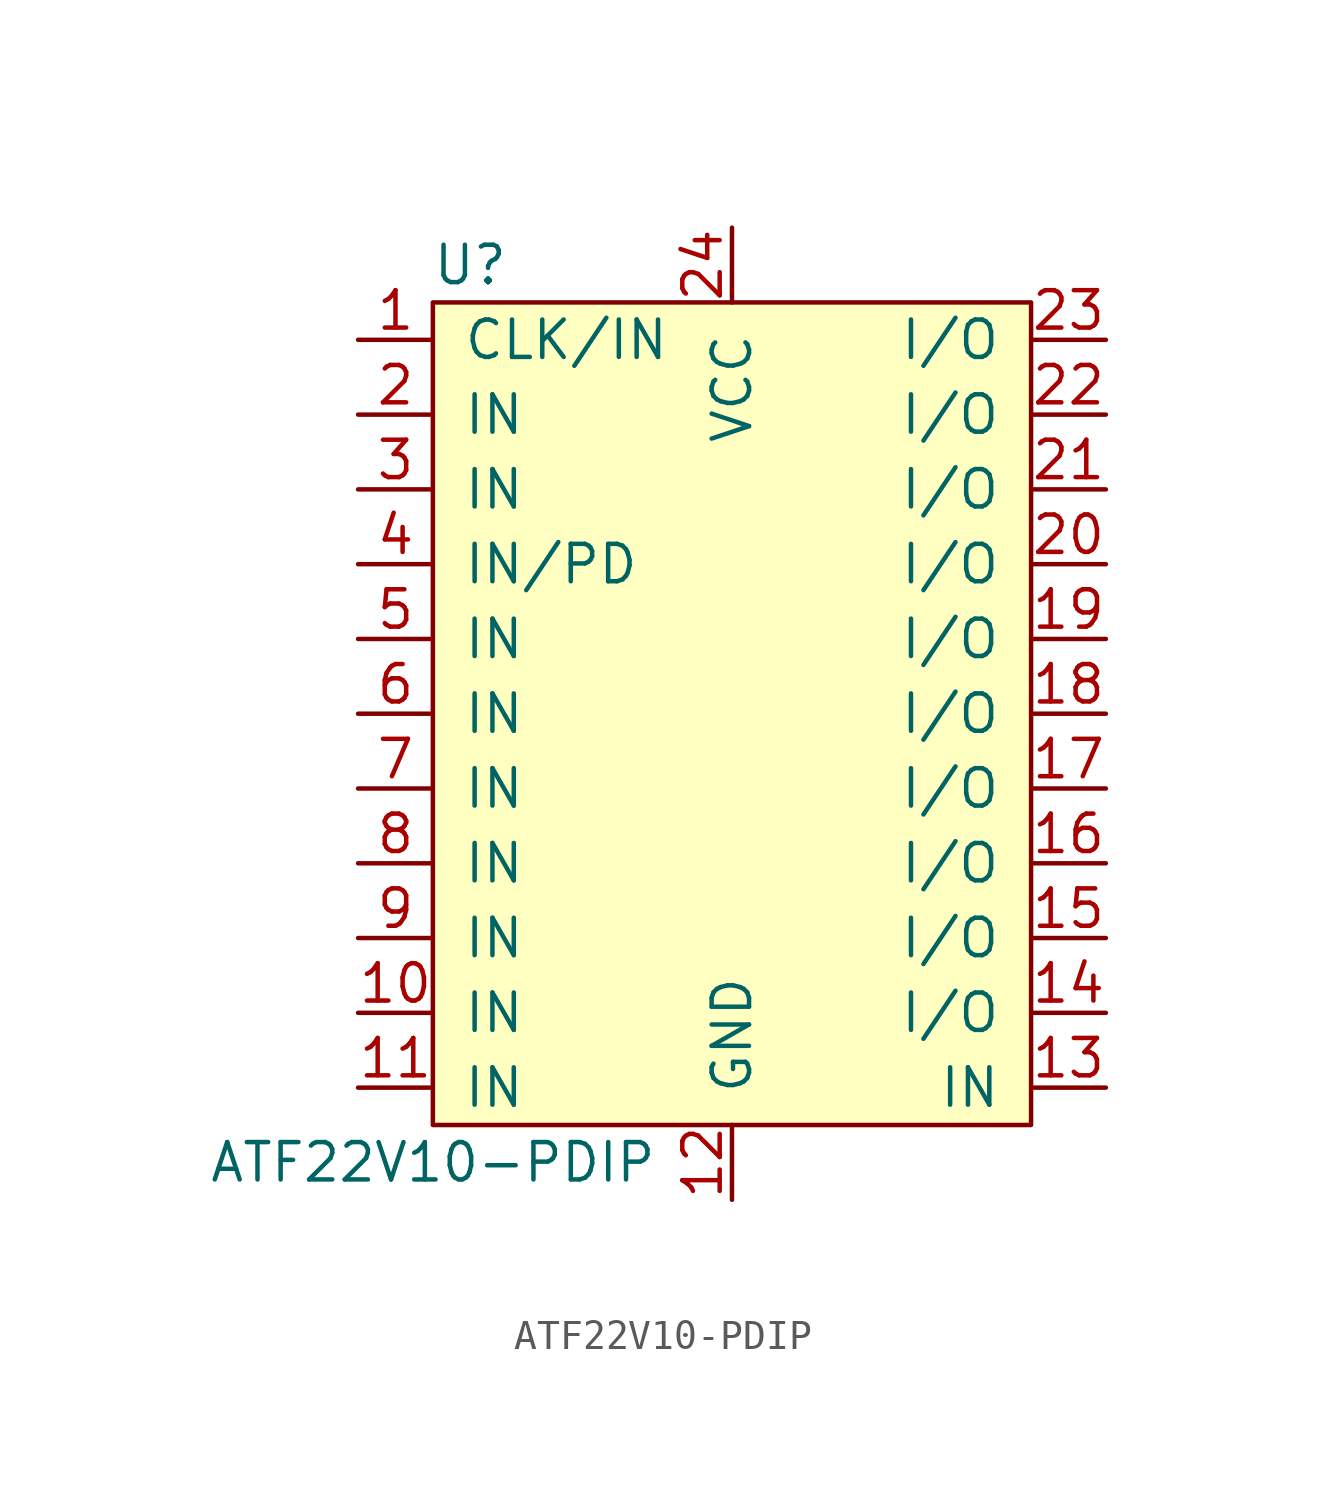
<source format=kicad_sym>
(kicad_symbol_lib
  (version 20211014)
  (generator kicad_symbol_editor)
  (symbol "ATF22V10-PDIP"
    (pin_names
      (offset 1.016))
    (property "Reference" "U"
      (at -8.89 15.24 0)
      (effects (font (size 1.27 1.27))))
    (property "Value" "ATF22V10-PDIP"
      (at -10.16 -15.24 0)
      (effects (font (size 1.27 1.27))))
    (symbol "ATF22V10-PDIP_0_1"
      (rectangle (start -10.16 13.97) (end 10.16 -13.97) (stroke (width 0) (type default) (color 0 0 0 0)) (fill (type background))))
    (symbol "ATF22V10-PDIP_1_1"
      (pin input line (at -12.7 12.7 0) (length 2.54) (name "CLK/IN" (effects (font (size 1.27 1.27)))) (number "1" (effects (font (size 1.27 1.27)))))
      (pin input line (at -12.7 -10.16 0) (length 2.54) (name "IN" (effects (font (size 1.27 1.27)))) (number "10" (effects (font (size 1.27 1.27)))))
      (pin input line (at -12.7 -12.7 0) (length 2.54) (name "IN" (effects (font (size 1.27 1.27)))) (number "11" (effects (font (size 1.27 1.27)))))
      (pin power_in line (at 0 -16.51 90) (length 2.54) (name "GND" (effects (font (size 1.27 1.27)))) (number "12" (effects (font (size 1.27 1.27)))))
      (pin input line (at 12.7 -12.7 180) (length 2.54) (name "IN" (effects (font (size 1.27 1.27)))) (number "13" (effects (font (size 1.27 1.27)))))
      (pin bidirectional line (at 12.7 -10.16 180) (length 2.54) (name "I/O" (effects (font (size 1.27 1.27)))) (number "14" (effects (font (size 1.27 1.27)))))
      (pin bidirectional line (at 12.7 -7.62 180) (length 2.54) (name "I/O" (effects (font (size 1.27 1.27)))) (number "15" (effects (font (size 1.27 1.27)))))
      (pin bidirectional line (at 12.7 -5.08 180) (length 2.54) (name "I/O" (effects (font (size 1.27 1.27)))) (number "16" (effects (font (size 1.27 1.27)))))
      (pin bidirectional line (at 12.7 -2.54 180) (length 2.54) (name "I/O" (effects (font (size 1.27 1.27)))) (number "17" (effects (font (size 1.27 1.27)))))
      (pin bidirectional line (at 12.7 0 180) (length 2.54) (name "I/O" (effects (font (size 1.27 1.27)))) (number "18" (effects (font (size 1.27 1.27)))))
      (pin bidirectional line (at 12.7 2.54 180) (length 2.54) (name "I/O" (effects (font (size 1.27 1.27)))) (number "19" (effects (font (size 1.27 1.27)))))
      (pin input line (at -12.7 10.16 0) (length 2.54) (name "IN" (effects (font (size 1.27 1.27)))) (number "2" (effects (font (size 1.27 1.27)))))
      (pin bidirectional line (at 12.7 5.08 180) (length 2.54) (name "I/O" (effects (font (size 1.27 1.27)))) (number "20" (effects (font (size 1.27 1.27)))))
      (pin bidirectional line (at 12.7 7.62 180) (length 2.54) (name "I/O" (effects (font (size 1.27 1.27)))) (number "21" (effects (font (size 1.27 1.27)))))
      (pin bidirectional line (at 12.7 10.16 180) (length 2.54) (name "I/O" (effects (font (size 1.27 1.27)))) (number "22" (effects (font (size 1.27 1.27)))))
      (pin bidirectional line (at 12.7 12.7 180) (length 2.54) (name "I/O" (effects (font (size 1.27 1.27)))) (number "23" (effects (font (size 1.27 1.27)))))
      (pin power_in line (at 0 16.51 270) (length 2.54) (name "VCC" (effects (font (size 1.27 1.27)))) (number "24" (effects (font (size 1.27 1.27)))))
      (pin input line (at -12.7 7.62 0) (length 2.54) (name "IN" (effects (font (size 1.27 1.27)))) (number "3" (effects (font (size 1.27 1.27)))))
      (pin input line (at -12.7 5.08 0) (length 2.54) (name "IN/PD" (effects (font (size 1.27 1.27)))) (number "4" (effects (font (size 1.27 1.27)))))
      (pin input line (at -12.7 2.54 0) (length 2.54) (name "IN" (effects (font (size 1.27 1.27)))) (number "5" (effects (font (size 1.27 1.27)))))
      (pin input line (at -12.7 0 0) (length 2.54) (name "IN" (effects (font (size 1.27 1.27)))) (number "6" (effects (font (size 1.27 1.27)))))
      (pin input line (at -12.7 -2.54 0) (length 2.54) (name "IN" (effects (font (size 1.27 1.27)))) (number "7" (effects (font (size 1.27 1.27)))))
      (pin input line (at -12.7 -5.08 0) (length 2.54) (name "IN" (effects (font (size 1.27 1.27)))) (number "8" (effects (font (size 1.27 1.27)))))
      (pin input line (at -12.7 -7.62 0) (length 2.54) (name "IN" (effects (font (size 1.27 1.27)))) (number "9" (effects (font (size 1.27 1.27))))))))
</source>
